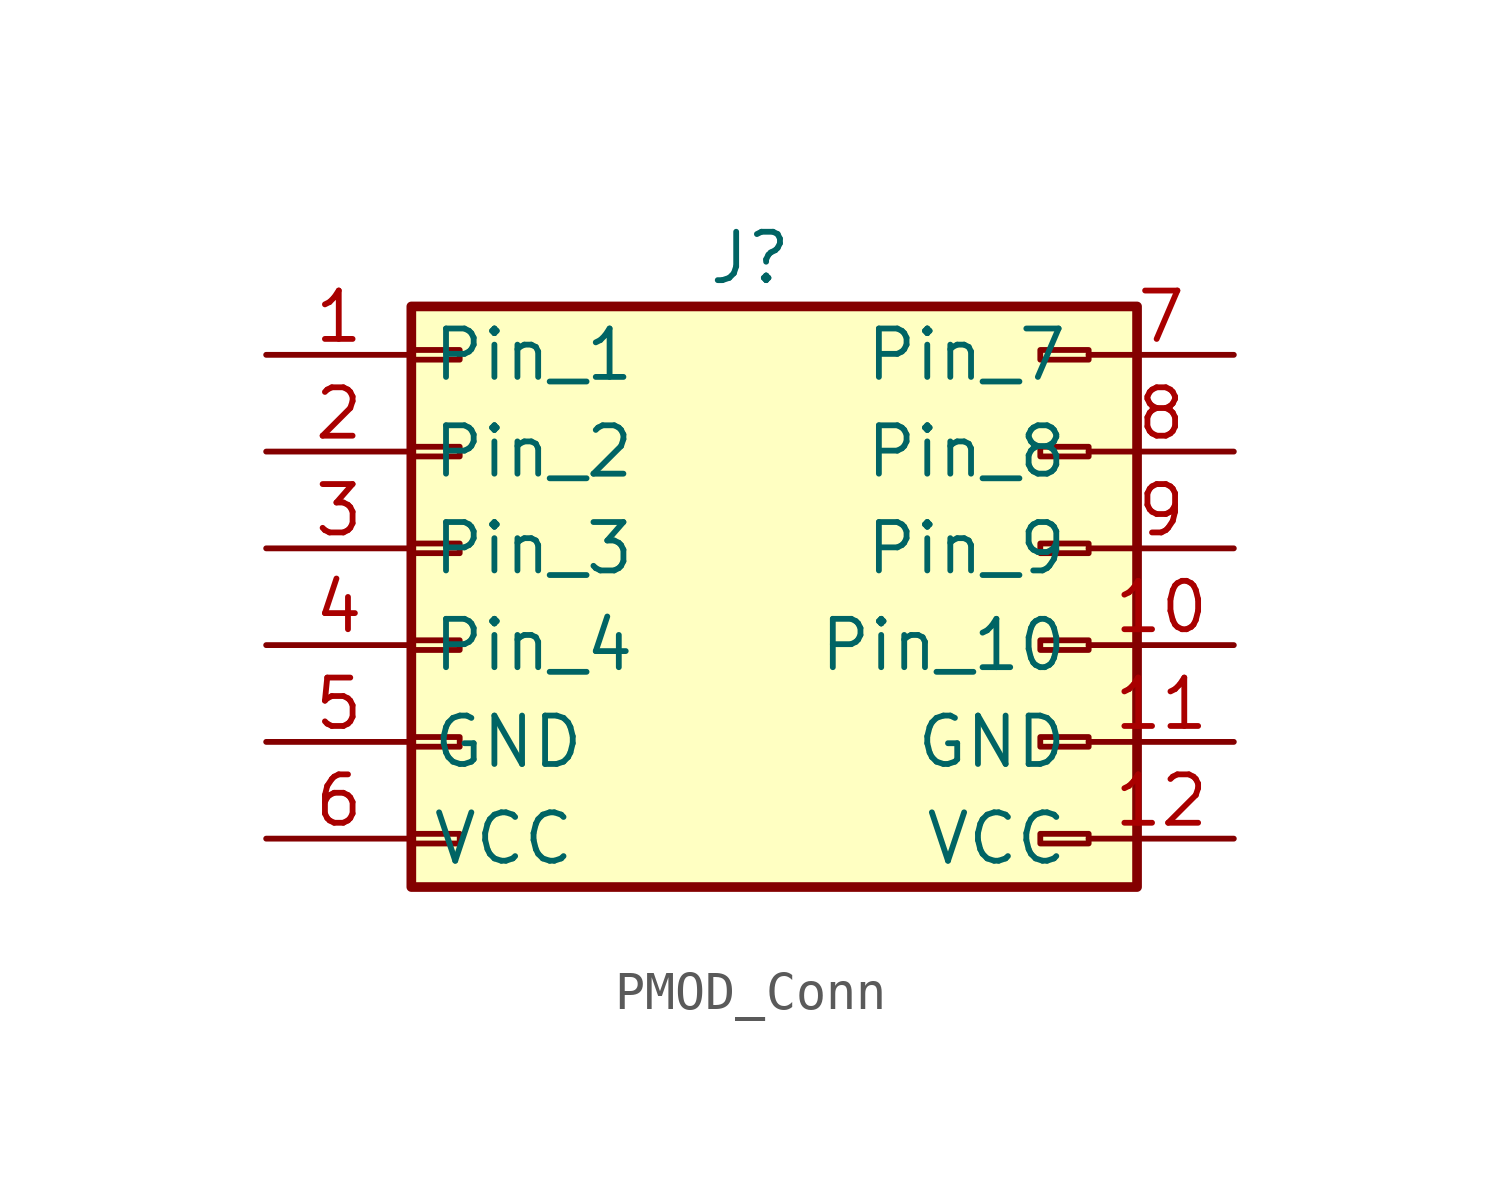
<source format=kicad_sym>
(kicad_symbol_lib
  (version 20220914)
  (generator kicad_symbol_editor)
  (symbol "PMOD_Conn"
    (property "Reference" "J"
      (at 0 8.89 0)
      (effects (font (size 1.27 1.27))))
    (property "Value" ""
      (at -6.35 0 0)
      (effects (font (size 1.27 1.27))))
    (symbol "PMOD_Conn_1_1"
      (rectangle (start -8.89 -6.223) (end -7.62 -6.477) (stroke (width 0.152) (type default)) (fill (type none)))
      (rectangle (start -8.89 -3.683) (end -7.62 -3.937) (stroke (width 0.152) (type default)) (fill (type none)))
      (rectangle (start -8.89 -1.143) (end -7.62 -1.397) (stroke (width 0.152) (type default)) (fill (type none)))
      (rectangle (start -8.89 1.397) (end -7.62 1.143) (stroke (width 0.152) (type default)) (fill (type none)))
      (rectangle (start -8.89 3.937) (end -7.62 3.683) (stroke (width 0.152) (type default)) (fill (type none)))
      (rectangle (start -8.89 6.477) (end -7.62 6.223) (stroke (width 0.152) (type default)) (fill (type none)))
      (rectangle (start -8.89 7.62) (end 10.16 -7.62) (stroke (width 0.254) (type default)) (fill (type background)))
      (rectangle (start 7.62 -3.683) (end 8.89 -3.937) (stroke (width 0.152) (type default)) (fill (type none)))
      (rectangle (start 7.62 6.477) (end 8.89 6.223) (stroke (width 0.152) (type default)) (fill (type none)))
      (rectangle (start 8.89 -6.223) (end 7.62 -6.477) (stroke (width 0.152) (type default)) (fill (type none)))
      (rectangle (start 8.89 -1.143) (end 7.62 -1.397) (stroke (width 0.152) (type default)) (fill (type none)))
      (rectangle (start 8.89 1.397) (end 7.62 1.143) (stroke (width 0.152) (type default)) (fill (type none)))
      (rectangle (start 8.89 3.937) (end 7.62 3.683) (stroke (width 0.152) (type default)) (fill (type none)))
      (pin passive line (at -12.7 6.35 0) (length 3.81) (name "Pin_1" (effects (font (size 1.27 1.27)))) (number "1" (effects (font (size 1.27 1.27)))))
      (pin passive line (at 12.7 -1.27 180) (length 3.81) (name "Pin_10" (effects (font (size 1.27 1.27)))) (number "10" (effects (font (size 1.27 1.27)))))
      (pin passive line (at 12.7 -3.81 180) (length 3.81) (name "GND" (effects (font (size 1.27 1.27)))) (number "11" (effects (font (size 1.27 1.27)))))
      (pin passive line (at 12.7 -6.35 180) (length 3.81) (name "VCC" (effects (font (size 1.27 1.27)))) (number "12" (effects (font (size 1.27 1.27)))))
      (pin passive line (at -12.7 3.81 0) (length 3.81) (name "Pin_2" (effects (font (size 1.27 1.27)))) (number "2" (effects (font (size 1.27 1.27)))))
      (pin passive line (at -12.7 1.27 0) (length 3.81) (name "Pin_3" (effects (font (size 1.27 1.27)))) (number "3" (effects (font (size 1.27 1.27)))))
      (pin passive line (at -12.7 -1.27 0) (length 3.81) (name "Pin_4" (effects (font (size 1.27 1.27)))) (number "4" (effects (font (size 1.27 1.27)))))
      (pin passive line (at -12.7 -3.81 0) (length 3.81) (name "GND" (effects (font (size 1.27 1.27)))) (number "5" (effects (font (size 1.27 1.27)))))
      (pin passive line (at -12.7 -6.35 0) (length 3.81) (name "VCC" (effects (font (size 1.27 1.27)))) (number "6" (effects (font (size 1.27 1.27)))))
      (pin passive line (at 12.7 6.35 180) (length 3.81) (name "Pin_7" (effects (font (size 1.27 1.27)))) (number "7" (effects (font (size 1.27 1.27)))))
      (pin passive line (at 12.7 3.81 180) (length 3.81) (name "Pin_8" (effects (font (size 1.27 1.27)))) (number "8" (effects (font (size 1.27 1.27)))))
      (pin passive line (at 12.7 1.27 180) (length 3.81) (name "Pin_9" (effects (font (size 1.27 1.27)))) (number "9" (effects (font (size 1.27 1.27))))))))
</source>
